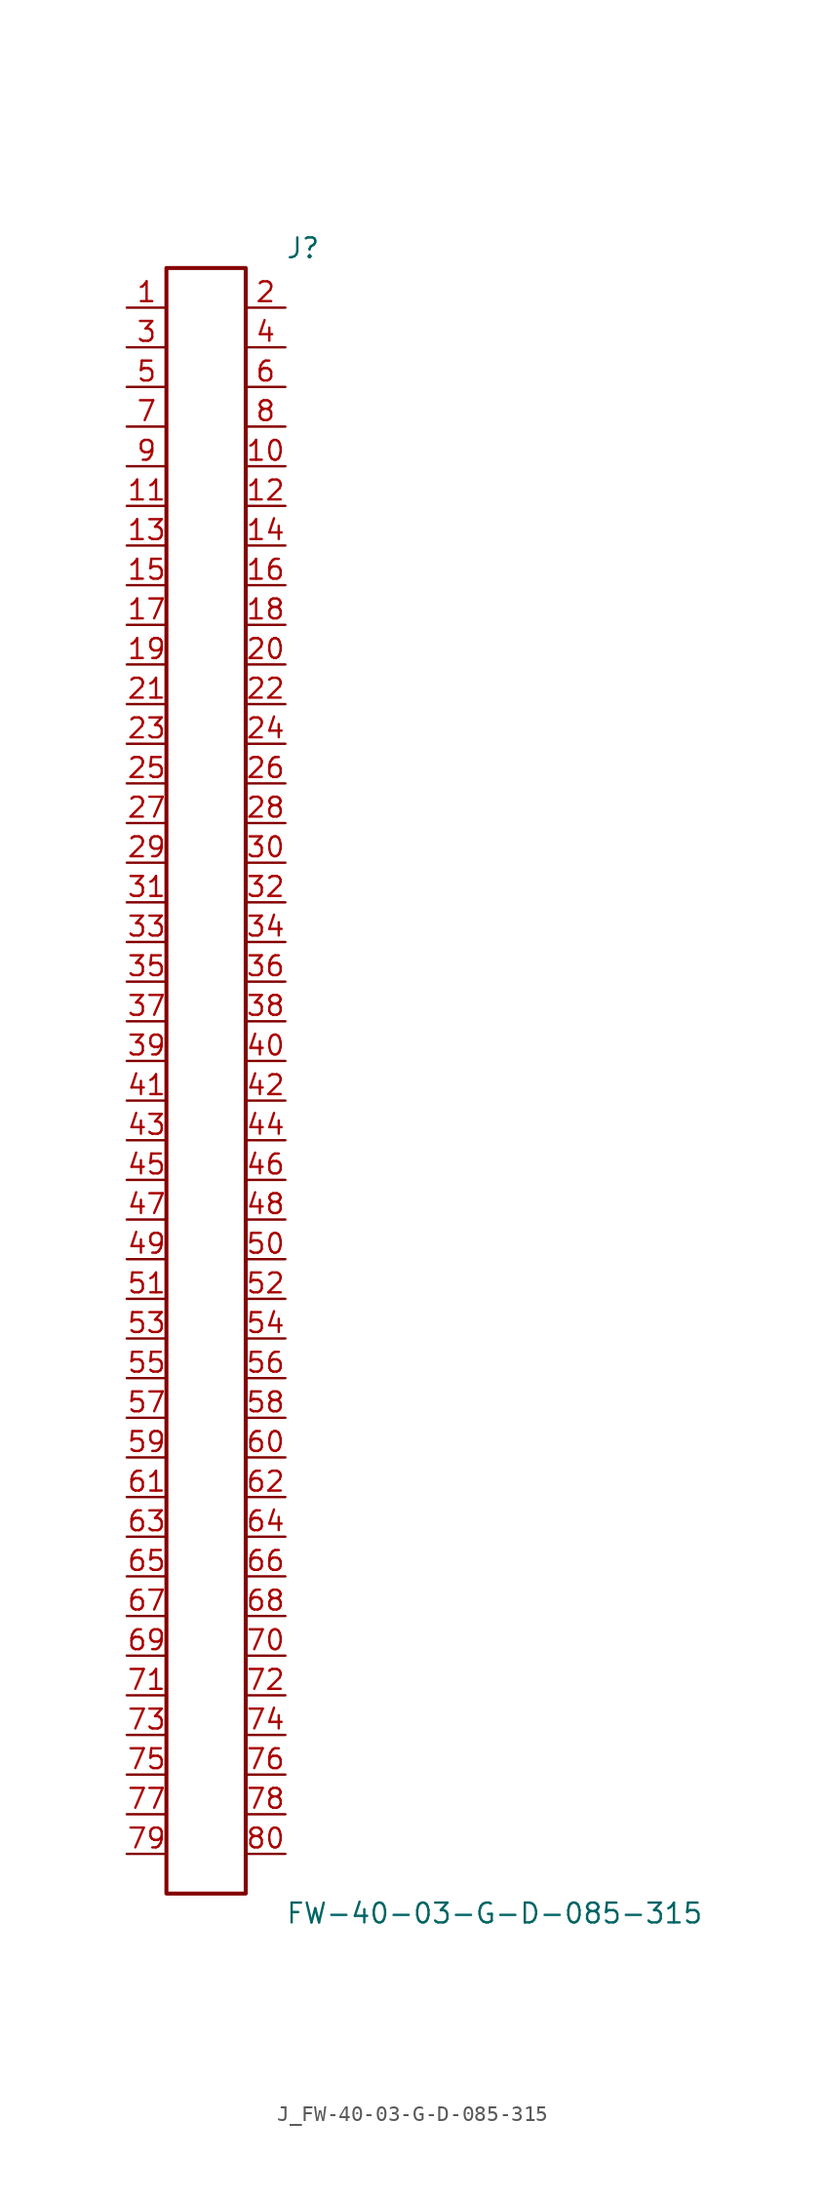
<source format=kicad_sym>
(kicad_symbol_lib
  (version 20231120)
  (generator kicad_symbol_editor)
  (generator_version 8.0)
  (symbol "J_FW-40-03-G-D-085-315"
    (pin_names
      (offset 0.254))
    (property "Reference" "J"
      (at 5.08 53.34 0)
      (effects (font (size 1.27 1.27)) (justify left)))
    (property "Value" "FW-40-03-G-D-085-315"
      (at 5.08 -53.34 0)
      (effects (font (size 1.27 1.27)) (justify left)))
    (symbol "J_FW-40-03-G-D-085-315_0_0"
      (pin unspecified line (at -5.08 49.53 0) (length 2.54) (name "" (effects (font (size 1.27 1.27)))) (number "1" (effects (font (size 1.27 1.27)))))
      (pin unspecified line (at 5.08 49.53 180) (length 2.54) (name "" (effects (font (size 1.27 1.27)))) (number "2" (effects (font (size 1.27 1.27)))))
      (pin unspecified line (at -5.08 46.99 0) (length 2.54) (name "" (effects (font (size 1.27 1.27)))) (number "3" (effects (font (size 1.27 1.27)))))
      (pin unspecified line (at 5.08 46.99 180) (length 2.54) (name "" (effects (font (size 1.27 1.27)))) (number "4" (effects (font (size 1.27 1.27)))))
      (pin unspecified line (at -5.08 44.45 0) (length 2.54) (name "" (effects (font (size 1.27 1.27)))) (number "5" (effects (font (size 1.27 1.27)))))
      (pin unspecified line (at 5.08 44.45 180) (length 2.54) (name "" (effects (font (size 1.27 1.27)))) (number "6" (effects (font (size 1.27 1.27)))))
      (pin unspecified line (at -5.08 41.91 0) (length 2.54) (name "" (effects (font (size 1.27 1.27)))) (number "7" (effects (font (size 1.27 1.27)))))
      (pin unspecified line (at 5.08 41.91 180) (length 2.54) (name "" (effects (font (size 1.27 1.27)))) (number "8" (effects (font (size 1.27 1.27)))))
      (pin unspecified line (at -5.08 39.37 0) (length 2.54) (name "" (effects (font (size 1.27 1.27)))) (number "9" (effects (font (size 1.27 1.27)))))
      (pin unspecified line (at 5.08 39.37 180) (length 2.54) (name "" (effects (font (size 1.27 1.27)))) (number "10" (effects (font (size 1.27 1.27)))))
      (pin unspecified line (at -5.08 36.83 0) (length 2.54) (name "" (effects (font (size 1.27 1.27)))) (number "11" (effects (font (size 1.27 1.27)))))
      (pin unspecified line (at 5.08 36.83 180) (length 2.54) (name "" (effects (font (size 1.27 1.27)))) (number "12" (effects (font (size 1.27 1.27)))))
      (pin unspecified line (at -5.08 34.29 0) (length 2.54) (name "" (effects (font (size 1.27 1.27)))) (number "13" (effects (font (size 1.27 1.27)))))
      (pin unspecified line (at 5.08 34.29 180) (length 2.54) (name "" (effects (font (size 1.27 1.27)))) (number "14" (effects (font (size 1.27 1.27)))))
      (pin unspecified line (at -5.08 31.75 0) (length 2.54) (name "" (effects (font (size 1.27 1.27)))) (number "15" (effects (font (size 1.27 1.27)))))
      (pin unspecified line (at 5.08 31.75 180) (length 2.54) (name "" (effects (font (size 1.27 1.27)))) (number "16" (effects (font (size 1.27 1.27)))))
      (pin unspecified line (at -5.08 29.21 0) (length 2.54) (name "" (effects (font (size 1.27 1.27)))) (number "17" (effects (font (size 1.27 1.27)))))
      (pin unspecified line (at 5.08 29.21 180) (length 2.54) (name "" (effects (font (size 1.27 1.27)))) (number "18" (effects (font (size 1.27 1.27)))))
      (pin unspecified line (at -5.08 26.67 0) (length 2.54) (name "" (effects (font (size 1.27 1.27)))) (number "19" (effects (font (size 1.27 1.27)))))
      (pin unspecified line (at 5.08 26.67 180) (length 2.54) (name "" (effects (font (size 1.27 1.27)))) (number "20" (effects (font (size 1.27 1.27)))))
      (pin unspecified line (at -5.08 24.13 0) (length 2.54) (name "" (effects (font (size 1.27 1.27)))) (number "21" (effects (font (size 1.27 1.27)))))
      (pin unspecified line (at 5.08 24.13 180) (length 2.54) (name "" (effects (font (size 1.27 1.27)))) (number "22" (effects (font (size 1.27 1.27)))))
      (pin unspecified line (at -5.08 21.59 0) (length 2.54) (name "" (effects (font (size 1.27 1.27)))) (number "23" (effects (font (size 1.27 1.27)))))
      (pin unspecified line (at 5.08 21.59 180) (length 2.54) (name "" (effects (font (size 1.27 1.27)))) (number "24" (effects (font (size 1.27 1.27)))))
      (pin unspecified line (at -5.08 19.05 0) (length 2.54) (name "" (effects (font (size 1.27 1.27)))) (number "25" (effects (font (size 1.27 1.27)))))
      (pin unspecified line (at 5.08 19.05 180) (length 2.54) (name "" (effects (font (size 1.27 1.27)))) (number "26" (effects (font (size 1.27 1.27)))))
      (pin unspecified line (at -5.08 16.51 0) (length 2.54) (name "" (effects (font (size 1.27 1.27)))) (number "27" (effects (font (size 1.27 1.27)))))
      (pin unspecified line (at 5.08 16.51 180) (length 2.54) (name "" (effects (font (size 1.27 1.27)))) (number "28" (effects (font (size 1.27 1.27)))))
      (pin unspecified line (at -5.08 13.97 0) (length 2.54) (name "" (effects (font (size 1.27 1.27)))) (number "29" (effects (font (size 1.27 1.27)))))
      (pin unspecified line (at 5.08 13.97 180) (length 2.54) (name "" (effects (font (size 1.27 1.27)))) (number "30" (effects (font (size 1.27 1.27)))))
      (pin unspecified line (at -5.08 11.43 0) (length 2.54) (name "" (effects (font (size 1.27 1.27)))) (number "31" (effects (font (size 1.27 1.27)))))
      (pin unspecified line (at 5.08 11.43 180) (length 2.54) (name "" (effects (font (size 1.27 1.27)))) (number "32" (effects (font (size 1.27 1.27)))))
      (pin unspecified line (at -5.08 8.89 0) (length 2.54) (name "" (effects (font (size 1.27 1.27)))) (number "33" (effects (font (size 1.27 1.27)))))
      (pin unspecified line (at 5.08 8.89 180) (length 2.54) (name "" (effects (font (size 1.27 1.27)))) (number "34" (effects (font (size 1.27 1.27)))))
      (pin unspecified line (at -5.08 6.35 0) (length 2.54) (name "" (effects (font (size 1.27 1.27)))) (number "35" (effects (font (size 1.27 1.27)))))
      (pin unspecified line (at 5.08 6.35 180) (length 2.54) (name "" (effects (font (size 1.27 1.27)))) (number "36" (effects (font (size 1.27 1.27)))))
      (pin unspecified line (at -5.08 3.81 0) (length 2.54) (name "" (effects (font (size 1.27 1.27)))) (number "37" (effects (font (size 1.27 1.27)))))
      (pin unspecified line (at 5.08 3.81 180) (length 2.54) (name "" (effects (font (size 1.27 1.27)))) (number "38" (effects (font (size 1.27 1.27)))))
      (pin unspecified line (at -5.08 1.27 0) (length 2.54) (name "" (effects (font (size 1.27 1.27)))) (number "39" (effects (font (size 1.27 1.27)))))
      (pin unspecified line (at 5.08 1.27 180) (length 2.54) (name "" (effects (font (size 1.27 1.27)))) (number "40" (effects (font (size 1.27 1.27)))))
      (pin unspecified line (at -5.08 -1.27 0) (length 2.54) (name "" (effects (font (size 1.27 1.27)))) (number "41" (effects (font (size 1.27 1.27)))))
      (pin unspecified line (at 5.08 -1.27 180) (length 2.54) (name "" (effects (font (size 1.27 1.27)))) (number "42" (effects (font (size 1.27 1.27)))))
      (pin unspecified line (at -5.08 -3.81 0) (length 2.54) (name "" (effects (font (size 1.27 1.27)))) (number "43" (effects (font (size 1.27 1.27)))))
      (pin unspecified line (at 5.08 -3.81 180) (length 2.54) (name "" (effects (font (size 1.27 1.27)))) (number "44" (effects (font (size 1.27 1.27)))))
      (pin unspecified line (at -5.08 -6.35 0) (length 2.54) (name "" (effects (font (size 1.27 1.27)))) (number "45" (effects (font (size 1.27 1.27)))))
      (pin unspecified line (at 5.08 -6.35 180) (length 2.54) (name "" (effects (font (size 1.27 1.27)))) (number "46" (effects (font (size 1.27 1.27)))))
      (pin unspecified line (at -5.08 -8.89 0) (length 2.54) (name "" (effects (font (size 1.27 1.27)))) (number "47" (effects (font (size 1.27 1.27)))))
      (pin unspecified line (at 5.08 -8.89 180) (length 2.54) (name "" (effects (font (size 1.27 1.27)))) (number "48" (effects (font (size 1.27 1.27)))))
      (pin unspecified line (at -5.08 -11.43 0) (length 2.54) (name "" (effects (font (size 1.27 1.27)))) (number "49" (effects (font (size 1.27 1.27)))))
      (pin unspecified line (at 5.08 -11.43 180) (length 2.54) (name "" (effects (font (size 1.27 1.27)))) (number "50" (effects (font (size 1.27 1.27)))))
      (pin unspecified line (at -5.08 -13.97 0) (length 2.54) (name "" (effects (font (size 1.27 1.27)))) (number "51" (effects (font (size 1.27 1.27)))))
      (pin unspecified line (at 5.08 -13.97 180) (length 2.54) (name "" (effects (font (size 1.27 1.27)))) (number "52" (effects (font (size 1.27 1.27)))))
      (pin unspecified line (at -5.08 -16.51 0) (length 2.54) (name "" (effects (font (size 1.27 1.27)))) (number "53" (effects (font (size 1.27 1.27)))))
      (pin unspecified line (at 5.08 -16.51 180) (length 2.54) (name "" (effects (font (size 1.27 1.27)))) (number "54" (effects (font (size 1.27 1.27)))))
      (pin unspecified line (at -5.08 -19.05 0) (length 2.54) (name "" (effects (font (size 1.27 1.27)))) (number "55" (effects (font (size 1.27 1.27)))))
      (pin unspecified line (at 5.08 -19.05 180) (length 2.54) (name "" (effects (font (size 1.27 1.27)))) (number "56" (effects (font (size 1.27 1.27)))))
      (pin unspecified line (at -5.08 -21.59 0) (length 2.54) (name "" (effects (font (size 1.27 1.27)))) (number "57" (effects (font (size 1.27 1.27)))))
      (pin unspecified line (at 5.08 -21.59 180) (length 2.54) (name "" (effects (font (size 1.27 1.27)))) (number "58" (effects (font (size 1.27 1.27)))))
      (pin unspecified line (at -5.08 -24.13 0) (length 2.54) (name "" (effects (font (size 1.27 1.27)))) (number "59" (effects (font (size 1.27 1.27)))))
      (pin unspecified line (at 5.08 -24.13 180) (length 2.54) (name "" (effects (font (size 1.27 1.27)))) (number "60" (effects (font (size 1.27 1.27)))))
      (pin unspecified line (at -5.08 -26.67 0) (length 2.54) (name "" (effects (font (size 1.27 1.27)))) (number "61" (effects (font (size 1.27 1.27)))))
      (pin unspecified line (at 5.08 -26.67 180) (length 2.54) (name "" (effects (font (size 1.27 1.27)))) (number "62" (effects (font (size 1.27 1.27)))))
      (pin unspecified line (at -5.08 -29.21 0) (length 2.54) (name "" (effects (font (size 1.27 1.27)))) (number "63" (effects (font (size 1.27 1.27)))))
      (pin unspecified line (at 5.08 -29.21 180) (length 2.54) (name "" (effects (font (size 1.27 1.27)))) (number "64" (effects (font (size 1.27 1.27)))))
      (pin unspecified line (at -5.08 -31.75 0) (length 2.54) (name "" (effects (font (size 1.27 1.27)))) (number "65" (effects (font (size 1.27 1.27)))))
      (pin unspecified line (at 5.08 -31.75 180) (length 2.54) (name "" (effects (font (size 1.27 1.27)))) (number "66" (effects (font (size 1.27 1.27)))))
      (pin unspecified line (at -5.08 -34.29 0) (length 2.54) (name "" (effects (font (size 1.27 1.27)))) (number "67" (effects (font (size 1.27 1.27)))))
      (pin unspecified line (at 5.08 -34.29 180) (length 2.54) (name "" (effects (font (size 1.27 1.27)))) (number "68" (effects (font (size 1.27 1.27)))))
      (pin unspecified line (at -5.08 -36.83 0) (length 2.54) (name "" (effects (font (size 1.27 1.27)))) (number "69" (effects (font (size 1.27 1.27)))))
      (pin unspecified line (at 5.08 -36.83 180) (length 2.54) (name "" (effects (font (size 1.27 1.27)))) (number "70" (effects (font (size 1.27 1.27)))))
      (pin unspecified line (at -5.08 -39.37 0) (length 2.54) (name "" (effects (font (size 1.27 1.27)))) (number "71" (effects (font (size 1.27 1.27)))))
      (pin unspecified line (at 5.08 -39.37 180) (length 2.54) (name "" (effects (font (size 1.27 1.27)))) (number "72" (effects (font (size 1.27 1.27)))))
      (pin unspecified line (at -5.08 -41.91 0) (length 2.54) (name "" (effects (font (size 1.27 1.27)))) (number "73" (effects (font (size 1.27 1.27)))))
      (pin unspecified line (at 5.08 -41.91 180) (length 2.54) (name "" (effects (font (size 1.27 1.27)))) (number "74" (effects (font (size 1.27 1.27)))))
      (pin unspecified line (at -5.08 -44.45 0) (length 2.54) (name "" (effects (font (size 1.27 1.27)))) (number "75" (effects (font (size 1.27 1.27)))))
      (pin unspecified line (at 5.08 -44.45 180) (length 2.54) (name "" (effects (font (size 1.27 1.27)))) (number "76" (effects (font (size 1.27 1.27)))))
      (pin unspecified line (at -5.08 -46.99 0) (length 2.54) (name "" (effects (font (size 1.27 1.27)))) (number "77" (effects (font (size 1.27 1.27)))))
      (pin unspecified line (at 5.08 -46.99 180) (length 2.54) (name "" (effects (font (size 1.27 1.27)))) (number "78" (effects (font (size 1.27 1.27)))))
      (pin unspecified line (at -5.08 -49.53 0) (length 2.54) (name "" (effects (font (size 1.27 1.27)))) (number "79" (effects (font (size 1.27 1.27)))))
      (pin unspecified line (at 5.08 -49.53 180) (length 2.54) (name "" (effects (font (size 1.27 1.27)))) (number "80" (effects (font (size 1.27 1.27))))))
    (symbol "J_FW-40-03-G-D-085-315_1_0"
      (rectangle (start -2.54 52.07) (end 2.54 -52.07) (stroke (width 0.254) (type solid)) (fill (type none))))))
</source>
